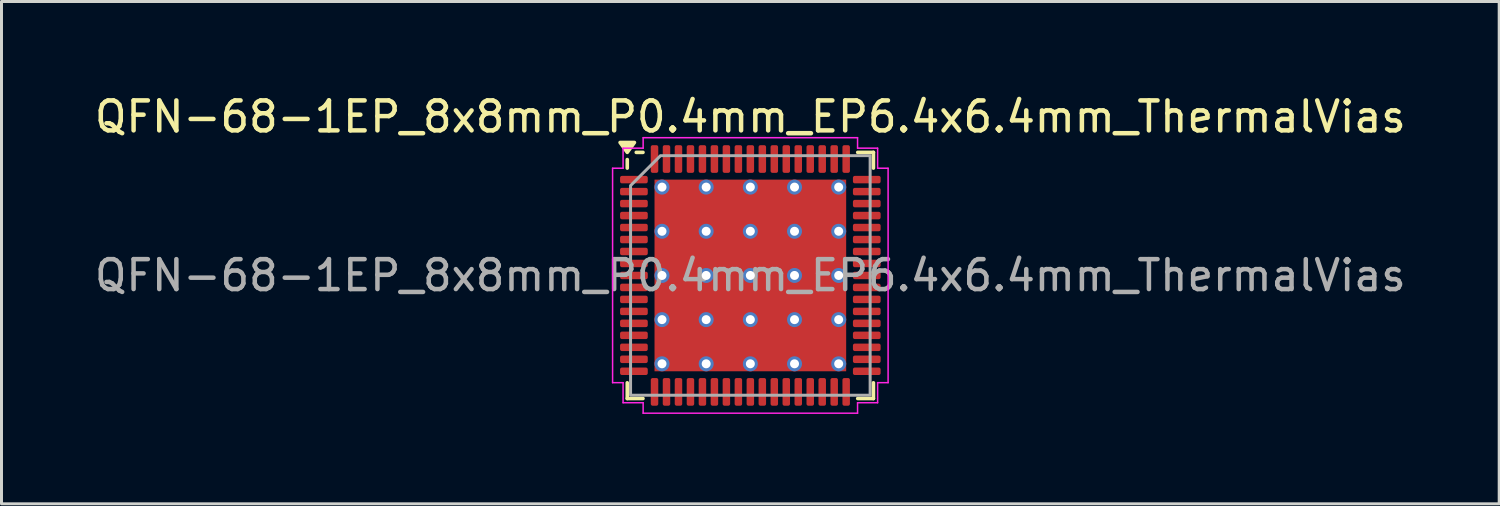
<source format=kicad_pcb>
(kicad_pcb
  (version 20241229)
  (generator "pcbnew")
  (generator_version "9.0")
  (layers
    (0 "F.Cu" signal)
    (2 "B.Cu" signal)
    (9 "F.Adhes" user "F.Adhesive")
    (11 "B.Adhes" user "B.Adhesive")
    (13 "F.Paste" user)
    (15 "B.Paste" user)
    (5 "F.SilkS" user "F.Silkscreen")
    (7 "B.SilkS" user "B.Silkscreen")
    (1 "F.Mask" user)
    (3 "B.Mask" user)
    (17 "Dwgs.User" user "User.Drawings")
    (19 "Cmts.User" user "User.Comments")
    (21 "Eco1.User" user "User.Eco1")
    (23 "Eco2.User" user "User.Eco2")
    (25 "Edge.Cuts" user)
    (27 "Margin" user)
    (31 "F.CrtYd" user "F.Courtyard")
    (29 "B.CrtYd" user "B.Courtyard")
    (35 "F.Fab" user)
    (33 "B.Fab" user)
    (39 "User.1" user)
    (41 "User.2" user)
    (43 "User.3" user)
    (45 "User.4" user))
  (footprint "QFN-68-1EP_8x8mm_P0.4mm_EP6.4x6.4mm_ThermalVias"
    (layer "F.Cu")
    (at 22.006 6.148)
    (property "Reference" "QFN-68-1EP_8x8mm_P0.4mm_EP6.4x6.4mm_ThermalVias" (at 0 -5.3 0) (layer "F.SilkS") (effects (font (size 1 1) (thickness 0.15))))
    (attr smd)
    (fp_line (start -4.11 -3.585) (end -4.11 -3.87) (stroke (width 0.12) (type solid)) (layer "F.SilkS"))
    (fp_line (start -4.11 4.11) (end -4.11 3.585) (stroke (width 0.12) (type solid)) (layer "F.SilkS"))
    (fp_line (start -3.585 -4.11) (end -3.81 -4.11) (stroke (width 0.12) (type solid)) (layer "F.SilkS"))
    (fp_line (start -3.585 4.11) (end -4.11 4.11) (stroke (width 0.12) (type solid)) (layer "F.SilkS"))
    (fp_line (start 3.585 -4.11) (end 4.11 -4.11) (stroke (width 0.12) (type solid)) (layer "F.SilkS"))
    (fp_line (start 3.585 4.11) (end 4.11 4.11) (stroke (width 0.12) (type solid)) (layer "F.SilkS"))
    (fp_line (start 4.11 -4.11) (end 4.11 -3.585) (stroke (width 0.12) (type solid)) (layer "F.SilkS"))
    (fp_line (start 4.11 4.11) (end 4.11 3.585) (stroke (width 0.12) (type solid)) (layer "F.SilkS"))
    (fp_poly (pts (xy -4.11 -4.11) (xy -4.35 -4.44) (xy -3.87 -4.44)) (stroke (width 0.12) (type solid)) (fill yes) (layer "F.SilkS"))
    (fp_line (start -4.6 -3.58) (end -4.25 -3.58) (stroke (width 0.05) (type solid)) (layer "F.CrtYd"))
    (fp_line (start -4.6 3.58) (end -4.6 -3.58) (stroke (width 0.05) (type solid)) (layer "F.CrtYd"))
    (fp_line (start -4.25 -4.25) (end -3.58 -4.25) (stroke (width 0.05) (type solid)) (layer "F.CrtYd"))
    (fp_line (start -4.25 -3.58) (end -4.25 -4.25) (stroke (width 0.05) (type solid)) (layer "F.CrtYd"))
    (fp_line (start -4.25 3.58) (end -4.6 3.58) (stroke (width 0.05) (type solid)) (layer "F.CrtYd"))
    (fp_line (start -4.25 4.25) (end -4.25 3.58) (stroke (width 0.05) (type solid)) (layer "F.CrtYd"))
    (fp_line (start -3.58 -4.6) (end 3.58 -4.6) (stroke (width 0.05) (type solid)) (layer "F.CrtYd"))
    (fp_line (start -3.58 -4.25) (end -3.58 -4.6) (stroke (width 0.05) (type solid)) (layer "F.CrtYd"))
    (fp_line (start -3.58 4.25) (end -4.25 4.25) (stroke (width 0.05) (type solid)) (layer "F.CrtYd"))
    (fp_line (start -3.58 4.6) (end -3.58 4.25) (stroke (width 0.05) (type solid)) (layer "F.CrtYd"))
    (fp_line (start 3.58 -4.6) (end 3.58 -4.25) (stroke (width 0.05) (type solid)) (layer "F.CrtYd"))
    (fp_line (start 3.58 -4.25) (end 4.25 -4.25) (stroke (width 0.05) (type solid)) (layer "F.CrtYd"))
    (fp_line (start 3.58 4.25) (end 3.58 4.6) (stroke (width 0.05) (type solid)) (layer "F.CrtYd"))
    (fp_line (start 3.58 4.6) (end -3.58 4.6) (stroke (width 0.05) (type solid)) (layer "F.CrtYd"))
    (fp_line (start 4.25 -4.25) (end 4.25 -3.58) (stroke (width 0.05) (type solid)) (layer "F.CrtYd"))
    (fp_line (start 4.25 -3.58) (end 4.6 -3.58) (stroke (width 0.05) (type solid)) (layer "F.CrtYd"))
    (fp_line (start 4.25 3.58) (end 4.25 4.25) (stroke (width 0.05) (type solid)) (layer "F.CrtYd"))
    (fp_line (start 4.25 4.25) (end 3.58 4.25) (stroke (width 0.05) (type solid)) (layer "F.CrtYd"))
    (fp_line (start 4.6 -3.58) (end 4.6 3.58) (stroke (width 0.05) (type solid)) (layer "F.CrtYd"))
    (fp_line (start 4.6 3.58) (end 4.25 3.58) (stroke (width 0.05) (type solid)) (layer "F.CrtYd"))
    (fp_poly (pts (xy -4 -3) (xy -4 4) (xy 4 4) (xy 4 -4) (xy -3 -4)) (stroke (width 0.1) (type solid)) (fill no) (layer "F.Fab"))
    (fp_text user "${REFERENCE}" (at 0 0 0) (layer "F.Fab") (effects (font (size 1 1) (thickness 0.15))))
    (pad "" smd roundrect (at -2.4 -2.4) (size 1.24 1.24) (layers "F.Paste") (roundrect_rratio 0.202))
    (pad "" smd roundrect (at -2.4 -0.8) (size 1.24 1.24) (layers "F.Paste") (roundrect_rratio 0.202))
    (pad "" smd roundrect (at -2.4 0.8) (size 1.24 1.24) (layers "F.Paste") (roundrect_rratio 0.202))
    (pad "" smd roundrect (at -2.4 2.4) (size 1.24 1.24) (layers "F.Paste") (roundrect_rratio 0.202))
    (pad "" smd roundrect (at -0.8 -2.4) (size 1.24 1.24) (layers "F.Paste") (roundrect_rratio 0.202))
    (pad "" smd roundrect (at -0.8 -0.8) (size 1.24 1.24) (layers "F.Paste") (roundrect_rratio 0.202))
    (pad "" smd roundrect (at -0.8 0.8) (size 1.24 1.24) (layers "F.Paste") (roundrect_rratio 0.202))
    (pad "" smd roundrect (at -0.8 2.4) (size 1.24 1.24) (layers "F.Paste") (roundrect_rratio 0.202))
    (pad "" smd roundrect (at 0.8 -2.4) (size 1.24 1.24) (layers "F.Paste") (roundrect_rratio 0.202))
    (pad "" smd roundrect (at 0.8 -0.8) (size 1.24 1.24) (layers "F.Paste") (roundrect_rratio 0.202))
    (pad "" smd roundrect (at 0.8 0.8) (size 1.24 1.24) (layers "F.Paste") (roundrect_rratio 0.202))
    (pad "" smd roundrect (at 0.8 2.4) (size 1.24 1.24) (layers "F.Paste") (roundrect_rratio 0.202))
    (pad "" smd roundrect (at 2.4 -2.4) (size 1.24 1.24) (layers "F.Paste") (roundrect_rratio 0.202))
    (pad "" smd roundrect (at 2.4 -0.8) (size 1.24 1.24) (layers "F.Paste") (roundrect_rratio 0.202))
    (pad "" smd roundrect (at 2.4 0.8) (size 1.24 1.24) (layers "F.Paste") (roundrect_rratio 0.202))
    (pad "" smd roundrect (at 2.4 2.4) (size 1.24 1.24) (layers "F.Paste") (roundrect_rratio 0.202))
    (pad "1" smd roundrect (at -3.888 -3.2) (size 0.925 0.25) (layers "F.Cu" "F.Mask" "F.Paste") (roundrect_rratio 0.25))
    (pad "2" smd roundrect (at -3.888 -2.8) (size 0.925 0.25) (layers "F.Cu" "F.Mask" "F.Paste") (roundrect_rratio 0.25))
    (pad "3" smd roundrect (at -3.888 -2.4) (size 0.925 0.25) (layers "F.Cu" "F.Mask" "F.Paste") (roundrect_rratio 0.25))
    (pad "4" smd roundrect (at -3.888 -2) (size 0.925 0.25) (layers "F.Cu" "F.Mask" "F.Paste") (roundrect_rratio 0.25))
    (pad "5" smd roundrect (at -3.888 -1.6) (size 0.925 0.25) (layers "F.Cu" "F.Mask" "F.Paste") (roundrect_rratio 0.25))
    (pad "6" smd roundrect (at -3.888 -1.2) (size 0.925 0.25) (layers "F.Cu" "F.Mask" "F.Paste") (roundrect_rratio 0.25))
    (pad "7" smd roundrect (at -3.888 -0.8) (size 0.925 0.25) (layers "F.Cu" "F.Mask" "F.Paste") (roundrect_rratio 0.25))
    (pad "8" smd roundrect (at -3.888 -0.4) (size 0.925 0.25) (layers "F.Cu" "F.Mask" "F.Paste") (roundrect_rratio 0.25))
    (pad "9" smd roundrect (at -3.888 0) (size 0.925 0.25) (layers "F.Cu" "F.Mask" "F.Paste") (roundrect_rratio 0.25))
    (pad "10" smd roundrect (at -3.888 0.4) (size 0.925 0.25) (layers "F.Cu" "F.Mask" "F.Paste") (roundrect_rratio 0.25))
    (pad "11" smd roundrect (at -3.888 0.8) (size 0.925 0.25) (layers "F.Cu" "F.Mask" "F.Paste") (roundrect_rratio 0.25))
    (pad "12" smd roundrect (at -3.888 1.2) (size 0.925 0.25) (layers "F.Cu" "F.Mask" "F.Paste") (roundrect_rratio 0.25))
    (pad "13" smd roundrect (at -3.888 1.6) (size 0.925 0.25) (layers "F.Cu" "F.Mask" "F.Paste") (roundrect_rratio 0.25))
    (pad "14" smd roundrect (at -3.888 2) (size 0.925 0.25) (layers "F.Cu" "F.Mask" "F.Paste") (roundrect_rratio 0.25))
    (pad "15" smd roundrect (at -3.888 2.4) (size 0.925 0.25) (layers "F.Cu" "F.Mask" "F.Paste") (roundrect_rratio 0.25))
    (pad "16" smd roundrect (at -3.888 2.8) (size 0.925 0.25) (layers "F.Cu" "F.Mask" "F.Paste") (roundrect_rratio 0.25))
    (pad "17" smd roundrect (at -3.888 3.2) (size 0.925 0.25) (layers "F.Cu" "F.Mask" "F.Paste") (roundrect_rratio 0.25))
    (pad "18" smd roundrect (at -3.2 3.888) (size 0.25 0.925) (layers "F.Cu" "F.Mask" "F.Paste") (roundrect_rratio 0.25))
    (pad "19" smd roundrect (at -2.8 3.888) (size 0.25 0.925) (layers "F.Cu" "F.Mask" "F.Paste") (roundrect_rratio 0.25))
    (pad "20" smd roundrect (at -2.4 3.888) (size 0.25 0.925) (layers "F.Cu" "F.Mask" "F.Paste") (roundrect_rratio 0.25))
    (pad "21" smd roundrect (at -2 3.888) (size 0.25 0.925) (layers "F.Cu" "F.Mask" "F.Paste") (roundrect_rratio 0.25))
    (pad "22" smd roundrect (at -1.6 3.888) (size 0.25 0.925) (layers "F.Cu" "F.Mask" "F.Paste") (roundrect_rratio 0.25))
    (pad "23" smd roundrect (at -1.2 3.888) (size 0.25 0.925) (layers "F.Cu" "F.Mask" "F.Paste") (roundrect_rratio 0.25))
    (pad "24" smd roundrect (at -0.8 3.888) (size 0.25 0.925) (layers "F.Cu" "F.Mask" "F.Paste") (roundrect_rratio 0.25))
    (pad "25" smd roundrect (at -0.4 3.888) (size 0.25 0.925) (layers "F.Cu" "F.Mask" "F.Paste") (roundrect_rratio 0.25))
    (pad "26" smd roundrect (at 0 3.888) (size 0.25 0.925) (layers "F.Cu" "F.Mask" "F.Paste") (roundrect_rratio 0.25))
    (pad "27" smd roundrect (at 0.4 3.888) (size 0.25 0.925) (layers "F.Cu" "F.Mask" "F.Paste") (roundrect_rratio 0.25))
    (pad "28" smd roundrect (at 0.8 3.888) (size 0.25 0.925) (layers "F.Cu" "F.Mask" "F.Paste") (roundrect_rratio 0.25))
    (pad "29" smd roundrect (at 1.2 3.888) (size 0.25 0.925) (layers "F.Cu" "F.Mask" "F.Paste") (roundrect_rratio 0.25))
    (pad "30" smd roundrect (at 1.6 3.888) (size 0.25 0.925) (layers "F.Cu" "F.Mask" "F.Paste") (roundrect_rratio 0.25))
    (pad "31" smd roundrect (at 2 3.888) (size 0.25 0.925) (layers "F.Cu" "F.Mask" "F.Paste") (roundrect_rratio 0.25))
    (pad "32" smd roundrect (at 2.4 3.888) (size 0.25 0.925) (layers "F.Cu" "F.Mask" "F.Paste") (roundrect_rratio 0.25))
    (pad "33" smd roundrect (at 2.8 3.888) (size 0.25 0.925) (layers "F.Cu" "F.Mask" "F.Paste") (roundrect_rratio 0.25))
    (pad "34" smd roundrect (at 3.2 3.888) (size 0.25 0.925) (layers "F.Cu" "F.Mask" "F.Paste") (roundrect_rratio 0.25))
    (pad "35" smd roundrect (at 3.888 3.2) (size 0.925 0.25) (layers "F.Cu" "F.Mask" "F.Paste") (roundrect_rratio 0.25))
    (pad "36" smd roundrect (at 3.888 2.8) (size 0.925 0.25) (layers "F.Cu" "F.Mask" "F.Paste") (roundrect_rratio 0.25))
    (pad "37" smd roundrect (at 3.888 2.4) (size 0.925 0.25) (layers "F.Cu" "F.Mask" "F.Paste") (roundrect_rratio 0.25))
    (pad "38" smd roundrect (at 3.888 2) (size 0.925 0.25) (layers "F.Cu" "F.Mask" "F.Paste") (roundrect_rratio 0.25))
    (pad "39" smd roundrect (at 3.888 1.6) (size 0.925 0.25) (layers "F.Cu" "F.Mask" "F.Paste") (roundrect_rratio 0.25))
    (pad "40" smd roundrect (at 3.888 1.2) (size 0.925 0.25) (layers "F.Cu" "F.Mask" "F.Paste") (roundrect_rratio 0.25))
    (pad "41" smd roundrect (at 3.888 0.8) (size 0.925 0.25) (layers "F.Cu" "F.Mask" "F.Paste") (roundrect_rratio 0.25))
    (pad "42" smd roundrect (at 3.888 0.4) (size 0.925 0.25) (layers "F.Cu" "F.Mask" "F.Paste") (roundrect_rratio 0.25))
    (pad "43" smd roundrect (at 3.888 0) (size 0.925 0.25) (layers "F.Cu" "F.Mask" "F.Paste") (roundrect_rratio 0.25))
    (pad "44" smd roundrect (at 3.888 -0.4) (size 0.925 0.25) (layers "F.Cu" "F.Mask" "F.Paste") (roundrect_rratio 0.25))
    (pad "45" smd roundrect (at 3.888 -0.8) (size 0.925 0.25) (layers "F.Cu" "F.Mask" "F.Paste") (roundrect_rratio 0.25))
    (pad "46" smd roundrect (at 3.888 -1.2) (size 0.925 0.25) (layers "F.Cu" "F.Mask" "F.Paste") (roundrect_rratio 0.25))
    (pad "47" smd roundrect (at 3.888 -1.6) (size 0.925 0.25) (layers "F.Cu" "F.Mask" "F.Paste") (roundrect_rratio 0.25))
    (pad "48" smd roundrect (at 3.888 -2) (size 0.925 0.25) (layers "F.Cu" "F.Mask" "F.Paste") (roundrect_rratio 0.25))
    (pad "49" smd roundrect (at 3.888 -2.4) (size 0.925 0.25) (layers "F.Cu" "F.Mask" "F.Paste") (roundrect_rratio 0.25))
    (pad "50" smd roundrect (at 3.888 -2.8) (size 0.925 0.25) (layers "F.Cu" "F.Mask" "F.Paste") (roundrect_rratio 0.25))
    (pad "51" smd roundrect (at 3.888 -3.2) (size 0.925 0.25) (layers "F.Cu" "F.Mask" "F.Paste") (roundrect_rratio 0.25))
    (pad "52" smd roundrect (at 3.2 -3.888) (size 0.25 0.925) (layers "F.Cu" "F.Mask" "F.Paste") (roundrect_rratio 0.25))
    (pad "53" smd roundrect (at 2.8 -3.888) (size 0.25 0.925) (layers "F.Cu" "F.Mask" "F.Paste") (roundrect_rratio 0.25))
    (pad "54" smd roundrect (at 2.4 -3.888) (size 0.25 0.925) (layers "F.Cu" "F.Mask" "F.Paste") (roundrect_rratio 0.25))
    (pad "55" smd roundrect (at 2 -3.888) (size 0.25 0.925) (layers "F.Cu" "F.Mask" "F.Paste") (roundrect_rratio 0.25))
    (pad "56" smd roundrect (at 1.6 -3.888) (size 0.25 0.925) (layers "F.Cu" "F.Mask" "F.Paste") (roundrect_rratio 0.25))
    (pad "57" smd roundrect (at 1.2 -3.888) (size 0.25 0.925) (layers "F.Cu" "F.Mask" "F.Paste") (roundrect_rratio 0.25))
    (pad "58" smd roundrect (at 0.8 -3.888) (size 0.25 0.925) (layers "F.Cu" "F.Mask" "F.Paste") (roundrect_rratio 0.25))
    (pad "59" smd roundrect (at 0.4 -3.888) (size 0.25 0.925) (layers "F.Cu" "F.Mask" "F.Paste") (roundrect_rratio 0.25))
    (pad "60" smd roundrect (at 0 -3.888) (size 0.25 0.925) (layers "F.Cu" "F.Mask" "F.Paste") (roundrect_rratio 0.25))
    (pad "61" smd roundrect (at -0.4 -3.888) (size 0.25 0.925) (layers "F.Cu" "F.Mask" "F.Paste") (roundrect_rratio 0.25))
    (pad "62" smd roundrect (at -0.8 -3.888) (size 0.25 0.925) (layers "F.Cu" "F.Mask" "F.Paste") (roundrect_rratio 0.25))
    (pad "63" smd roundrect (at -1.2 -3.888) (size 0.25 0.925) (layers "F.Cu" "F.Mask" "F.Paste") (roundrect_rratio 0.25))
    (pad "64" smd roundrect (at -1.6 -3.888) (size 0.25 0.925) (layers "F.Cu" "F.Mask" "F.Paste") (roundrect_rratio 0.25))
    (pad "65" smd roundrect (at -2 -3.888) (size 0.25 0.925) (layers "F.Cu" "F.Mask" "F.Paste") (roundrect_rratio 0.25))
    (pad "66" smd roundrect (at -2.4 -3.888) (size 0.25 0.925) (layers "F.Cu" "F.Mask" "F.Paste") (roundrect_rratio 0.25))
    (pad "67" smd roundrect (at -2.8 -3.888) (size 0.25 0.925) (layers "F.Cu" "F.Mask" "F.Paste") (roundrect_rratio 0.25))
    (pad "68" smd roundrect (at -3.2 -3.888) (size 0.25 0.925) (layers "F.Cu" "F.Mask" "F.Paste") (roundrect_rratio 0.25))
    (pad "69" thru_hole circle (at -2.95 -2.95) (size 0.5 0.5) (drill 0.3) (property pad_prop_heatsink) (layers "*.Cu"))
    (pad "69" thru_hole circle (at -2.95 -1.475) (size 0.5 0.5) (drill 0.3) (property pad_prop_heatsink) (layers "*.Cu"))
    (pad "69" thru_hole circle (at -2.95 0) (size 0.5 0.5) (drill 0.3) (property pad_prop_heatsink) (layers "*.Cu"))
    (pad "69" thru_hole circle (at -2.95 1.475) (size 0.5 0.5) (drill 0.3) (property pad_prop_heatsink) (layers "*.Cu"))
    (pad "69" thru_hole circle (at -2.95 2.95) (size 0.5 0.5) (drill 0.3) (property pad_prop_heatsink) (layers "*.Cu"))
    (pad "69" thru_hole circle (at -1.475 -2.95) (size 0.5 0.5) (drill 0.3) (property pad_prop_heatsink) (layers "*.Cu"))
    (pad "69" thru_hole circle (at -1.475 -1.475) (size 0.5 0.5) (drill 0.3) (property pad_prop_heatsink) (layers "*.Cu"))
    (pad "69" thru_hole circle (at -1.475 0) (size 0.5 0.5) (drill 0.3) (property pad_prop_heatsink) (layers "*.Cu"))
    (pad "69" thru_hole circle (at -1.475 1.475) (size 0.5 0.5) (drill 0.3) (property pad_prop_heatsink) (layers "*.Cu"))
    (pad "69" thru_hole circle (at -1.475 2.95) (size 0.5 0.5) (drill 0.3) (property pad_prop_heatsink) (layers "*.Cu"))
    (pad "69" thru_hole circle (at 0 -2.95) (size 0.5 0.5) (drill 0.3) (property pad_prop_heatsink) (layers "*.Cu"))
    (pad "69" thru_hole circle (at 0 -1.475) (size 0.5 0.5) (drill 0.3) (property pad_prop_heatsink) (layers "*.Cu"))
    (pad "69" thru_hole circle (at 0 0) (size 0.5 0.5) (drill 0.3) (property pad_prop_heatsink) (layers "*.Cu"))
    (pad "69" smd rect (at 0 0) (size 6.4 6.4) (property pad_prop_heatsink) (layers "F.Cu" "F.Mask"))
    (pad "69" thru_hole circle (at 0 1.475) (size 0.5 0.5) (drill 0.3) (property pad_prop_heatsink) (layers "*.Cu"))
    (pad "69" thru_hole circle (at 0 2.95) (size 0.5 0.5) (drill 0.3) (property pad_prop_heatsink) (layers "*.Cu"))
    (pad "69" thru_hole circle (at 1.475 -2.95) (size 0.5 0.5) (drill 0.3) (property pad_prop_heatsink) (layers "*.Cu"))
    (pad "69" thru_hole circle (at 1.475 -1.475) (size 0.5 0.5) (drill 0.3) (property pad_prop_heatsink) (layers "*.Cu"))
    (pad "69" thru_hole circle (at 1.475 0) (size 0.5 0.5) (drill 0.3) (property pad_prop_heatsink) (layers "*.Cu"))
    (pad "69" thru_hole circle (at 1.475 1.475) (size 0.5 0.5) (drill 0.3) (property pad_prop_heatsink) (layers "*.Cu"))
    (pad "69" thru_hole circle (at 1.475 2.95) (size 0.5 0.5) (drill 0.3) (property pad_prop_heatsink) (layers "*.Cu"))
    (pad "69" thru_hole circle (at 2.95 -2.95) (size 0.5 0.5) (drill 0.3) (property pad_prop_heatsink) (layers "*.Cu"))
    (pad "69" thru_hole circle (at 2.95 -1.475) (size 0.5 0.5) (drill 0.3) (property pad_prop_heatsink) (layers "*.Cu"))
    (pad "69" thru_hole circle (at 2.95 0) (size 0.5 0.5) (drill 0.3) (property pad_prop_heatsink) (layers "*.Cu"))
    (pad "69" thru_hole circle (at 2.95 1.475) (size 0.5 0.5) (drill 0.3) (property pad_prop_heatsink) (layers "*.Cu"))
    (pad "69" thru_hole circle (at 2.95 2.95) (size 0.5 0.5) (drill 0.3) (property pad_prop_heatsink) (layers "*.Cu")))
  (gr_rect
    (start -3 -3)
    (end 47.012 13.773)
    (stroke (width 0.1) (type default))
    (fill no)
    (layer "Edge.Cuts")))
</source>
